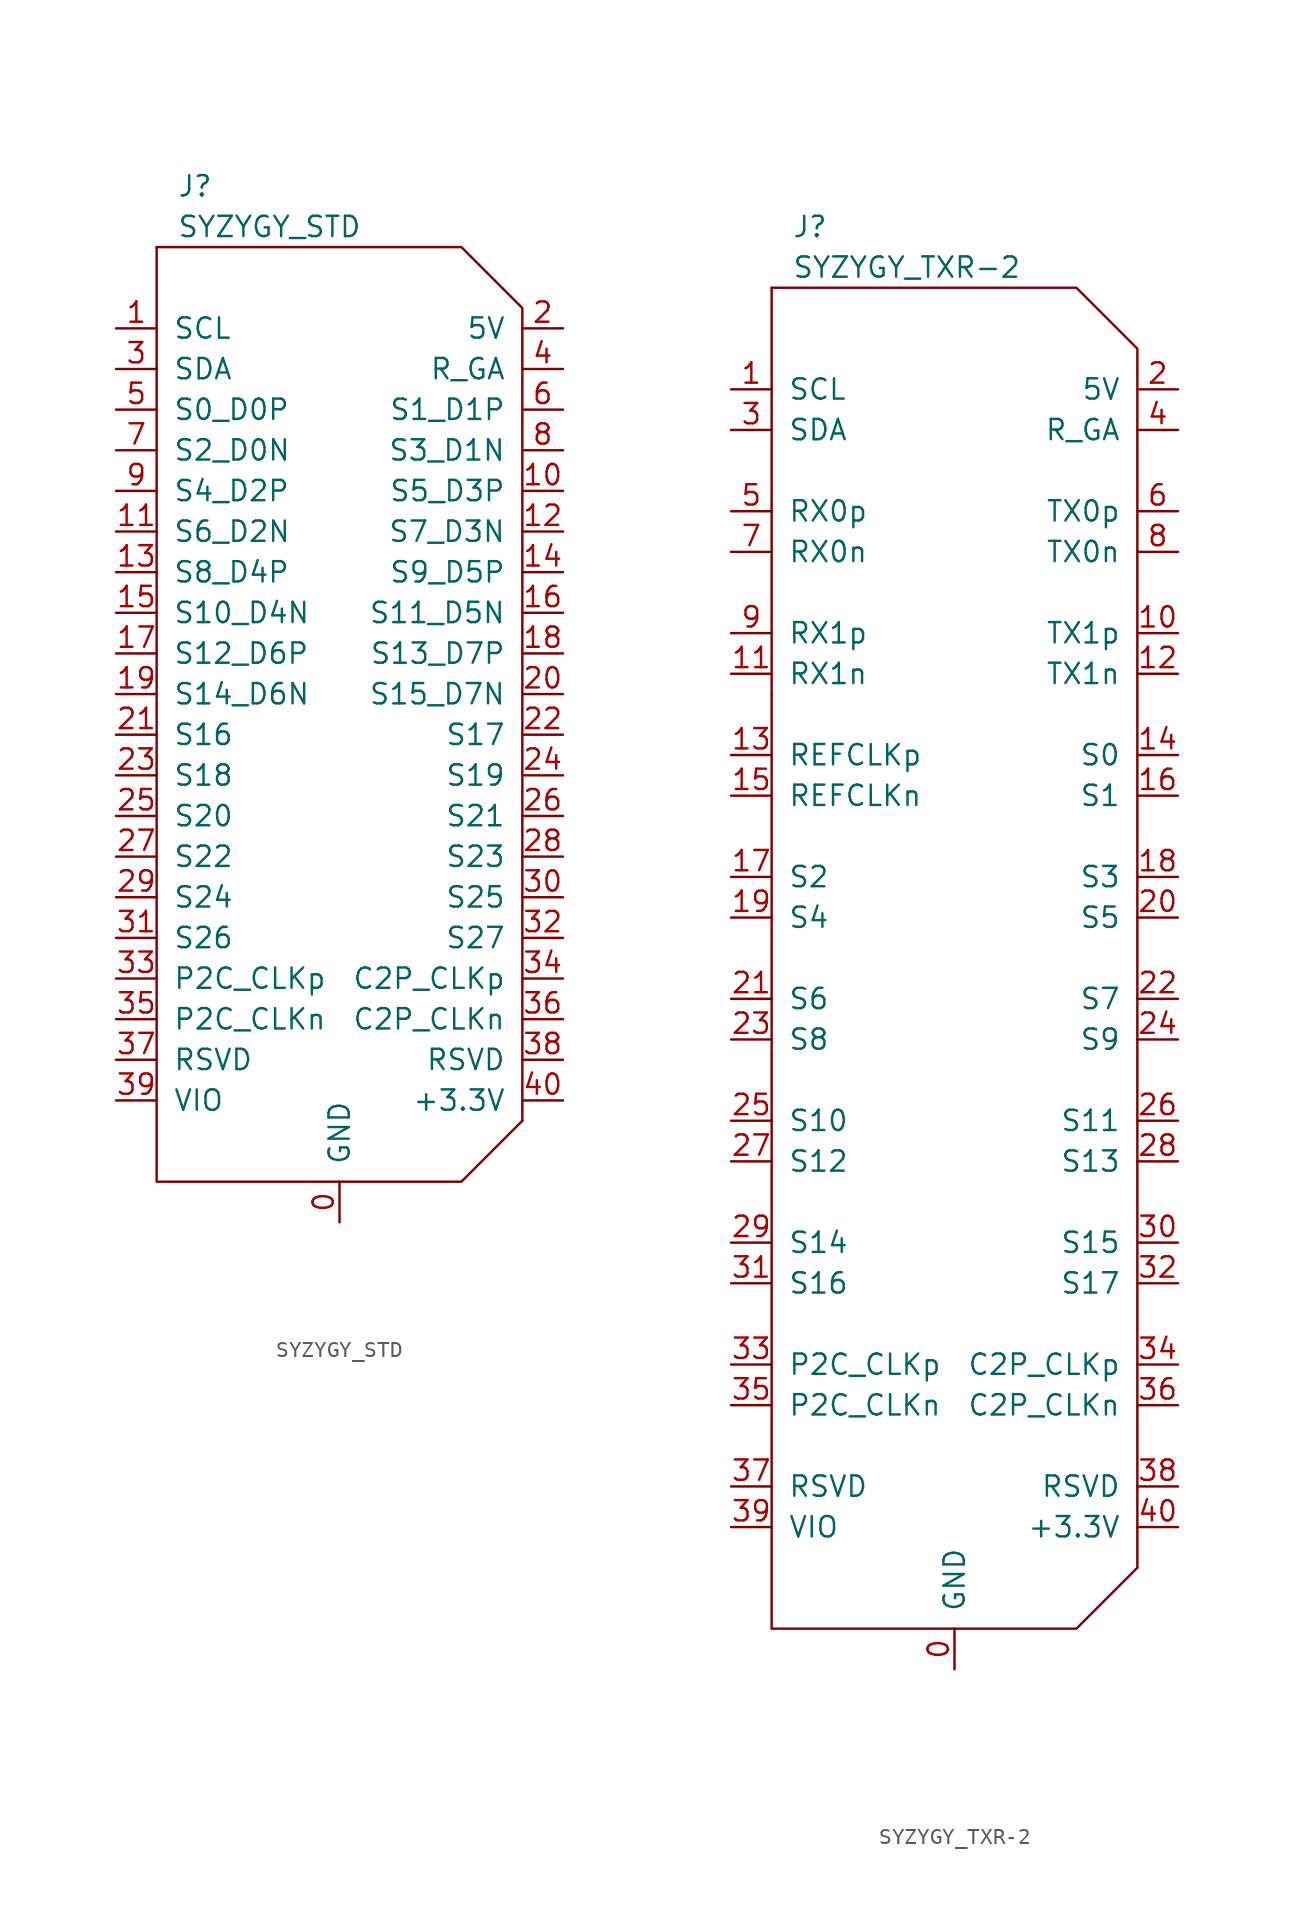
<source format=kicad_sym>
(kicad_symbol_lib
  (version 20231120)
  (generator "kicad_symbol_editor")
  (generator_version "8.0")
  (symbol "SYZYGY_STD"
    (pin_names
      (offset 1.016))
    (property "Reference" "J"
      (at -10.16 30.48 0)
      (effects (font (size 1.27 1.27)) (justify left)))
    (property "Value" "SYZYGY_STD"
      (at -10.16 27.94 0)
      (effects (font (size 1.27 1.27)) (justify left)))
    (symbol "SYZYGY_STD_0_1"
      (polyline (pts (xy -11.43 26.67) (xy -11.43 -31.75) (xy 7.62 -31.75) (xy 11.43 -27.94)) (stroke (width 0) (type solid)) (fill (type none)))
      (polyline (pts (xy 11.43 -27.94) (xy 11.43 22.86) (xy 7.62 26.67) (xy -11.43 26.67)) (stroke (width 0) (type solid)) (fill (type none))))
    (symbol "SYZYGY_STD_1_1"
      (pin passive line (at 0 -34.29 90) (length 2.54) (name "GND" (effects (font (size 1.27 1.27)))) (number "0" (effects (font (size 1.27 1.27)))))
      (pin passive line (at -13.97 21.59 0) (length 2.54) (name "SCL" (effects (font (size 1.27 1.27)))) (number "1" (effects (font (size 1.27 1.27)))))
      (pin passive line (at 13.97 11.43 180) (length 2.54) (name "S5_D3P" (effects (font (size 1.27 1.27)))) (number "10" (effects (font (size 1.27 1.27)))))
      (pin passive line (at -13.97 8.89 0) (length 2.54) (name "S6_D2N" (effects (font (size 1.27 1.27)))) (number "11" (effects (font (size 1.27 1.27)))))
      (pin passive line (at 13.97 8.89 180) (length 2.54) (name "S7_D3N" (effects (font (size 1.27 1.27)))) (number "12" (effects (font (size 1.27 1.27)))))
      (pin passive line (at -13.97 6.35 0) (length 2.54) (name "S8_D4P" (effects (font (size 1.27 1.27)))) (number "13" (effects (font (size 1.27 1.27)))))
      (pin passive line (at 13.97 6.35 180) (length 2.54) (name "S9_D5P" (effects (font (size 1.27 1.27)))) (number "14" (effects (font (size 1.27 1.27)))))
      (pin passive line (at -13.97 3.81 0) (length 2.54) (name "S10_D4N" (effects (font (size 1.27 1.27)))) (number "15" (effects (font (size 1.27 1.27)))))
      (pin passive line (at 13.97 3.81 180) (length 2.54) (name "S11_D5N" (effects (font (size 1.27 1.27)))) (number "16" (effects (font (size 1.27 1.27)))))
      (pin passive line (at -13.97 1.27 0) (length 2.54) (name "S12_D6P" (effects (font (size 1.27 1.27)))) (number "17" (effects (font (size 1.27 1.27)))))
      (pin passive line (at 13.97 1.27 180) (length 2.54) (name "S13_D7P" (effects (font (size 1.27 1.27)))) (number "18" (effects (font (size 1.27 1.27)))))
      (pin passive line (at -13.97 -1.27 0) (length 2.54) (name "S14_D6N" (effects (font (size 1.27 1.27)))) (number "19" (effects (font (size 1.27 1.27)))))
      (pin power_out line (at 13.97 21.59 180) (length 2.54) (name "5V" (effects (font (size 1.27 1.27)))) (number "2" (effects (font (size 1.27 1.27)))))
      (pin passive line (at 13.97 -1.27 180) (length 2.54) (name "S15_D7N" (effects (font (size 1.27 1.27)))) (number "20" (effects (font (size 1.27 1.27)))))
      (pin passive line (at -13.97 -3.81 0) (length 2.54) (name "S16" (effects (font (size 1.27 1.27)))) (number "21" (effects (font (size 1.27 1.27)))))
      (pin passive line (at 13.97 -3.81 180) (length 2.54) (name "S17" (effects (font (size 1.27 1.27)))) (number "22" (effects (font (size 1.27 1.27)))))
      (pin passive line (at -13.97 -6.35 0) (length 2.54) (name "S18" (effects (font (size 1.27 1.27)))) (number "23" (effects (font (size 1.27 1.27)))))
      (pin passive line (at 13.97 -6.35 180) (length 2.54) (name "S19" (effects (font (size 1.27 1.27)))) (number "24" (effects (font (size 1.27 1.27)))))
      (pin passive line (at -13.97 -8.89 0) (length 2.54) (name "S20" (effects (font (size 1.27 1.27)))) (number "25" (effects (font (size 1.27 1.27)))))
      (pin passive line (at 13.97 -8.89 180) (length 2.54) (name "S21" (effects (font (size 1.27 1.27)))) (number "26" (effects (font (size 1.27 1.27)))))
      (pin passive line (at -13.97 -11.43 0) (length 2.54) (name "S22" (effects (font (size 1.27 1.27)))) (number "27" (effects (font (size 1.27 1.27)))))
      (pin passive line (at 13.97 -11.43 180) (length 2.54) (name "S23" (effects (font (size 1.27 1.27)))) (number "28" (effects (font (size 1.27 1.27)))))
      (pin passive line (at -13.97 -13.97 0) (length 2.54) (name "S24" (effects (font (size 1.27 1.27)))) (number "29" (effects (font (size 1.27 1.27)))))
      (pin passive line (at -13.97 19.05 0) (length 2.54) (name "SDA" (effects (font (size 1.27 1.27)))) (number "3" (effects (font (size 1.27 1.27)))))
      (pin passive line (at 13.97 -13.97 180) (length 2.54) (name "S25" (effects (font (size 1.27 1.27)))) (number "30" (effects (font (size 1.27 1.27)))))
      (pin passive line (at -13.97 -16.51 0) (length 2.54) (name "S26" (effects (font (size 1.27 1.27)))) (number "31" (effects (font (size 1.27 1.27)))))
      (pin passive line (at 13.97 -16.51 180) (length 2.54) (name "S27" (effects (font (size 1.27 1.27)))) (number "32" (effects (font (size 1.27 1.27)))))
      (pin passive line (at -13.97 -19.05 0) (length 2.54) (name "P2C_CLKp" (effects (font (size 1.27 1.27)))) (number "33" (effects (font (size 1.27 1.27)))))
      (pin passive line (at 13.97 -19.05 180) (length 2.54) (name "C2P_CLKp" (effects (font (size 1.27 1.27)))) (number "34" (effects (font (size 1.27 1.27)))))
      (pin passive line (at -13.97 -21.59 0) (length 2.54) (name "P2C_CLKn" (effects (font (size 1.27 1.27)))) (number "35" (effects (font (size 1.27 1.27)))))
      (pin passive line (at 13.97 -21.59 180) (length 2.54) (name "C2P_CLKn" (effects (font (size 1.27 1.27)))) (number "36" (effects (font (size 1.27 1.27)))))
      (pin passive line (at -13.97 -24.13 0) (length 2.54) (name "RSVD" (effects (font (size 1.27 1.27)))) (number "37" (effects (font (size 1.27 1.27)))))
      (pin passive line (at 13.97 -24.13 180) (length 2.54) (name "RSVD" (effects (font (size 1.27 1.27)))) (number "38" (effects (font (size 1.27 1.27)))))
      (pin power_out line (at -13.97 -26.67 0) (length 2.54) (name "VIO" (effects (font (size 1.27 1.27)))) (number "39" (effects (font (size 1.27 1.27)))))
      (pin passive line (at 13.97 19.05 180) (length 2.54) (name "R_GA" (effects (font (size 1.27 1.27)))) (number "4" (effects (font (size 1.27 1.27)))))
      (pin power_out line (at 13.97 -26.67 180) (length 2.54) (name "+3.3V" (effects (font (size 1.27 1.27)))) (number "40" (effects (font (size 1.27 1.27)))))
      (pin passive line (at -13.97 16.51 0) (length 2.54) (name "S0_D0P" (effects (font (size 1.27 1.27)))) (number "5" (effects (font (size 1.27 1.27)))))
      (pin passive line (at 13.97 16.51 180) (length 2.54) (name "S1_D1P" (effects (font (size 1.27 1.27)))) (number "6" (effects (font (size 1.27 1.27)))))
      (pin passive line (at -13.97 13.97 0) (length 2.54) (name "S2_D0N" (effects (font (size 1.27 1.27)))) (number "7" (effects (font (size 1.27 1.27)))))
      (pin passive line (at 13.97 13.97 180) (length 2.54) (name "S3_D1N" (effects (font (size 1.27 1.27)))) (number "8" (effects (font (size 1.27 1.27)))))
      (pin passive line (at -13.97 11.43 0) (length 2.54) (name "S4_D2P" (effects (font (size 1.27 1.27)))) (number "9" (effects (font (size 1.27 1.27)))))))
  (symbol "SYZYGY_TXR-2"
    (pin_names
      (offset 1.016))
    (property "Reference" "J"
      (at -10.16 45.72 0)
      (effects (font (size 1.27 1.27)) (justify left)))
    (property "Value" "SYZYGY_TXR-2"
      (at -10.16 43.18 0)
      (effects (font (size 1.27 1.27)) (justify left)))
    (symbol "SYZYGY_TXR-2_0_1"
      (polyline (pts (xy -11.43 41.91) (xy -11.43 16.51)) (stroke (width 0) (type solid)) (fill (type none)))
      (polyline (pts (xy 11.43 -38.1) (xy 11.43 -12.7)) (stroke (width 0) (type solid)) (fill (type none)))
      (polyline (pts (xy -11.43 16.51) (xy -11.43 -41.91) (xy 7.62 -41.91) (xy 11.43 -38.1)) (stroke (width 0) (type solid)) (fill (type none)))
      (polyline (pts (xy 11.43 -12.7) (xy 11.43 38.1) (xy 7.62 41.91) (xy -11.43 41.91)) (stroke (width 0) (type solid)) (fill (type none))))
    (symbol "SYZYGY_TXR-2_1_1"
      (pin passive line (at 0 -44.45 90) (length 2.54) (name "GND" (effects (font (size 1.27 1.27)))) (number "0" (effects (font (size 1.27 1.27)))))
      (pin passive line (at -13.97 35.56 0) (length 2.54) (name "SCL" (effects (font (size 1.27 1.27)))) (number "1" (effects (font (size 1.27 1.27)))))
      (pin passive line (at 13.97 20.32 180) (length 2.54) (name "TX1p" (effects (font (size 1.27 1.27)))) (number "10" (effects (font (size 1.27 1.27)))))
      (pin passive line (at -13.97 17.78 0) (length 2.54) (name "RX1n" (effects (font (size 1.27 1.27)))) (number "11" (effects (font (size 1.27 1.27)))))
      (pin passive line (at 13.97 17.78 180) (length 2.54) (name "TX1n" (effects (font (size 1.27 1.27)))) (number "12" (effects (font (size 1.27 1.27)))))
      (pin passive line (at -13.97 12.7 0) (length 2.54) (name "REFCLKp" (effects (font (size 1.27 1.27)))) (number "13" (effects (font (size 1.27 1.27)))))
      (pin passive line (at 13.97 12.7 180) (length 2.54) (name "S0" (effects (font (size 1.27 1.27)))) (number "14" (effects (font (size 1.27 1.27)))))
      (pin passive line (at -13.97 10.16 0) (length 2.54) (name "REFCLKn" (effects (font (size 1.27 1.27)))) (number "15" (effects (font (size 1.27 1.27)))))
      (pin passive line (at 13.97 10.16 180) (length 2.54) (name "S1" (effects (font (size 1.27 1.27)))) (number "16" (effects (font (size 1.27 1.27)))))
      (pin passive line (at -13.97 5.08 0) (length 2.54) (name "S2" (effects (font (size 1.27 1.27)))) (number "17" (effects (font (size 1.27 1.27)))))
      (pin passive line (at 13.97 5.08 180) (length 2.54) (name "S3" (effects (font (size 1.27 1.27)))) (number "18" (effects (font (size 1.27 1.27)))))
      (pin passive line (at -13.97 2.54 0) (length 2.54) (name "S4" (effects (font (size 1.27 1.27)))) (number "19" (effects (font (size 1.27 1.27)))))
      (pin power_out line (at 13.97 35.56 180) (length 2.54) (name "5V" (effects (font (size 1.27 1.27)))) (number "2" (effects (font (size 1.27 1.27)))))
      (pin passive line (at 13.97 2.54 180) (length 2.54) (name "S5" (effects (font (size 1.27 1.27)))) (number "20" (effects (font (size 1.27 1.27)))))
      (pin passive line (at -13.97 -2.54 0) (length 2.54) (name "S6" (effects (font (size 1.27 1.27)))) (number "21" (effects (font (size 1.27 1.27)))))
      (pin passive line (at 13.97 -2.54 180) (length 2.54) (name "S7" (effects (font (size 1.27 1.27)))) (number "22" (effects (font (size 1.27 1.27)))))
      (pin passive line (at -13.97 -5.08 0) (length 2.54) (name "S8" (effects (font (size 1.27 1.27)))) (number "23" (effects (font (size 1.27 1.27)))))
      (pin passive line (at 13.97 -5.08 180) (length 2.54) (name "S9" (effects (font (size 1.27 1.27)))) (number "24" (effects (font (size 1.27 1.27)))))
      (pin passive line (at -13.97 -10.16 0) (length 2.54) (name "S10" (effects (font (size 1.27 1.27)))) (number "25" (effects (font (size 1.27 1.27)))))
      (pin passive line (at 13.97 -10.16 180) (length 2.54) (name "S11" (effects (font (size 1.27 1.27)))) (number "26" (effects (font (size 1.27 1.27)))))
      (pin passive line (at -13.97 -12.7 0) (length 2.54) (name "S12" (effects (font (size 1.27 1.27)))) (number "27" (effects (font (size 1.27 1.27)))))
      (pin passive line (at 13.97 -12.7 180) (length 2.54) (name "S13" (effects (font (size 1.27 1.27)))) (number "28" (effects (font (size 1.27 1.27)))))
      (pin passive line (at -13.97 -17.78 0) (length 2.54) (name "S14" (effects (font (size 1.27 1.27)))) (number "29" (effects (font (size 1.27 1.27)))))
      (pin passive line (at -13.97 33.02 0) (length 2.54) (name "SDA" (effects (font (size 1.27 1.27)))) (number "3" (effects (font (size 1.27 1.27)))))
      (pin passive line (at 13.97 -17.78 180) (length 2.54) (name "S15" (effects (font (size 1.27 1.27)))) (number "30" (effects (font (size 1.27 1.27)))))
      (pin passive line (at -13.97 -20.32 0) (length 2.54) (name "S16" (effects (font (size 1.27 1.27)))) (number "31" (effects (font (size 1.27 1.27)))))
      (pin passive line (at 13.97 -20.32 180) (length 2.54) (name "S17" (effects (font (size 1.27 1.27)))) (number "32" (effects (font (size 1.27 1.27)))))
      (pin passive line (at -13.97 -25.4 0) (length 2.54) (name "P2C_CLKp" (effects (font (size 1.27 1.27)))) (number "33" (effects (font (size 1.27 1.27)))))
      (pin passive line (at 13.97 -25.4 180) (length 2.54) (name "C2P_CLKp" (effects (font (size 1.27 1.27)))) (number "34" (effects (font (size 1.27 1.27)))))
      (pin passive line (at -13.97 -27.94 0) (length 2.54) (name "P2C_CLKn" (effects (font (size 1.27 1.27)))) (number "35" (effects (font (size 1.27 1.27)))))
      (pin passive line (at 13.97 -27.94 180) (length 2.54) (name "C2P_CLKn" (effects (font (size 1.27 1.27)))) (number "36" (effects (font (size 1.27 1.27)))))
      (pin passive line (at -13.97 -33.02 0) (length 2.54) (name "RSVD" (effects (font (size 1.27 1.27)))) (number "37" (effects (font (size 1.27 1.27)))))
      (pin passive line (at 13.97 -33.02 180) (length 2.54) (name "RSVD" (effects (font (size 1.27 1.27)))) (number "38" (effects (font (size 1.27 1.27)))))
      (pin power_out line (at -13.97 -35.56 0) (length 2.54) (name "VIO" (effects (font (size 1.27 1.27)))) (number "39" (effects (font (size 1.27 1.27)))))
      (pin passive line (at 13.97 33.02 180) (length 2.54) (name "R_GA" (effects (font (size 1.27 1.27)))) (number "4" (effects (font (size 1.27 1.27)))))
      (pin power_out line (at 13.97 -35.56 180) (length 2.54) (name "+3.3V" (effects (font (size 1.27 1.27)))) (number "40" (effects (font (size 1.27 1.27)))))
      (pin passive line (at -13.97 27.94 0) (length 2.54) (name "RX0p" (effects (font (size 1.27 1.27)))) (number "5" (effects (font (size 1.27 1.27)))))
      (pin passive line (at 13.97 27.94 180) (length 2.54) (name "TX0p" (effects (font (size 1.27 1.27)))) (number "6" (effects (font (size 1.27 1.27)))))
      (pin passive line (at -13.97 25.4 0) (length 2.54) (name "RX0n" (effects (font (size 1.27 1.27)))) (number "7" (effects (font (size 1.27 1.27)))))
      (pin passive line (at 13.97 25.4 180) (length 2.54) (name "TX0n" (effects (font (size 1.27 1.27)))) (number "8" (effects (font (size 1.27 1.27)))))
      (pin passive line (at -13.97 20.32 0) (length 2.54) (name "RX1p" (effects (font (size 1.27 1.27)))) (number "9" (effects (font (size 1.27 1.27))))))))
</source>
